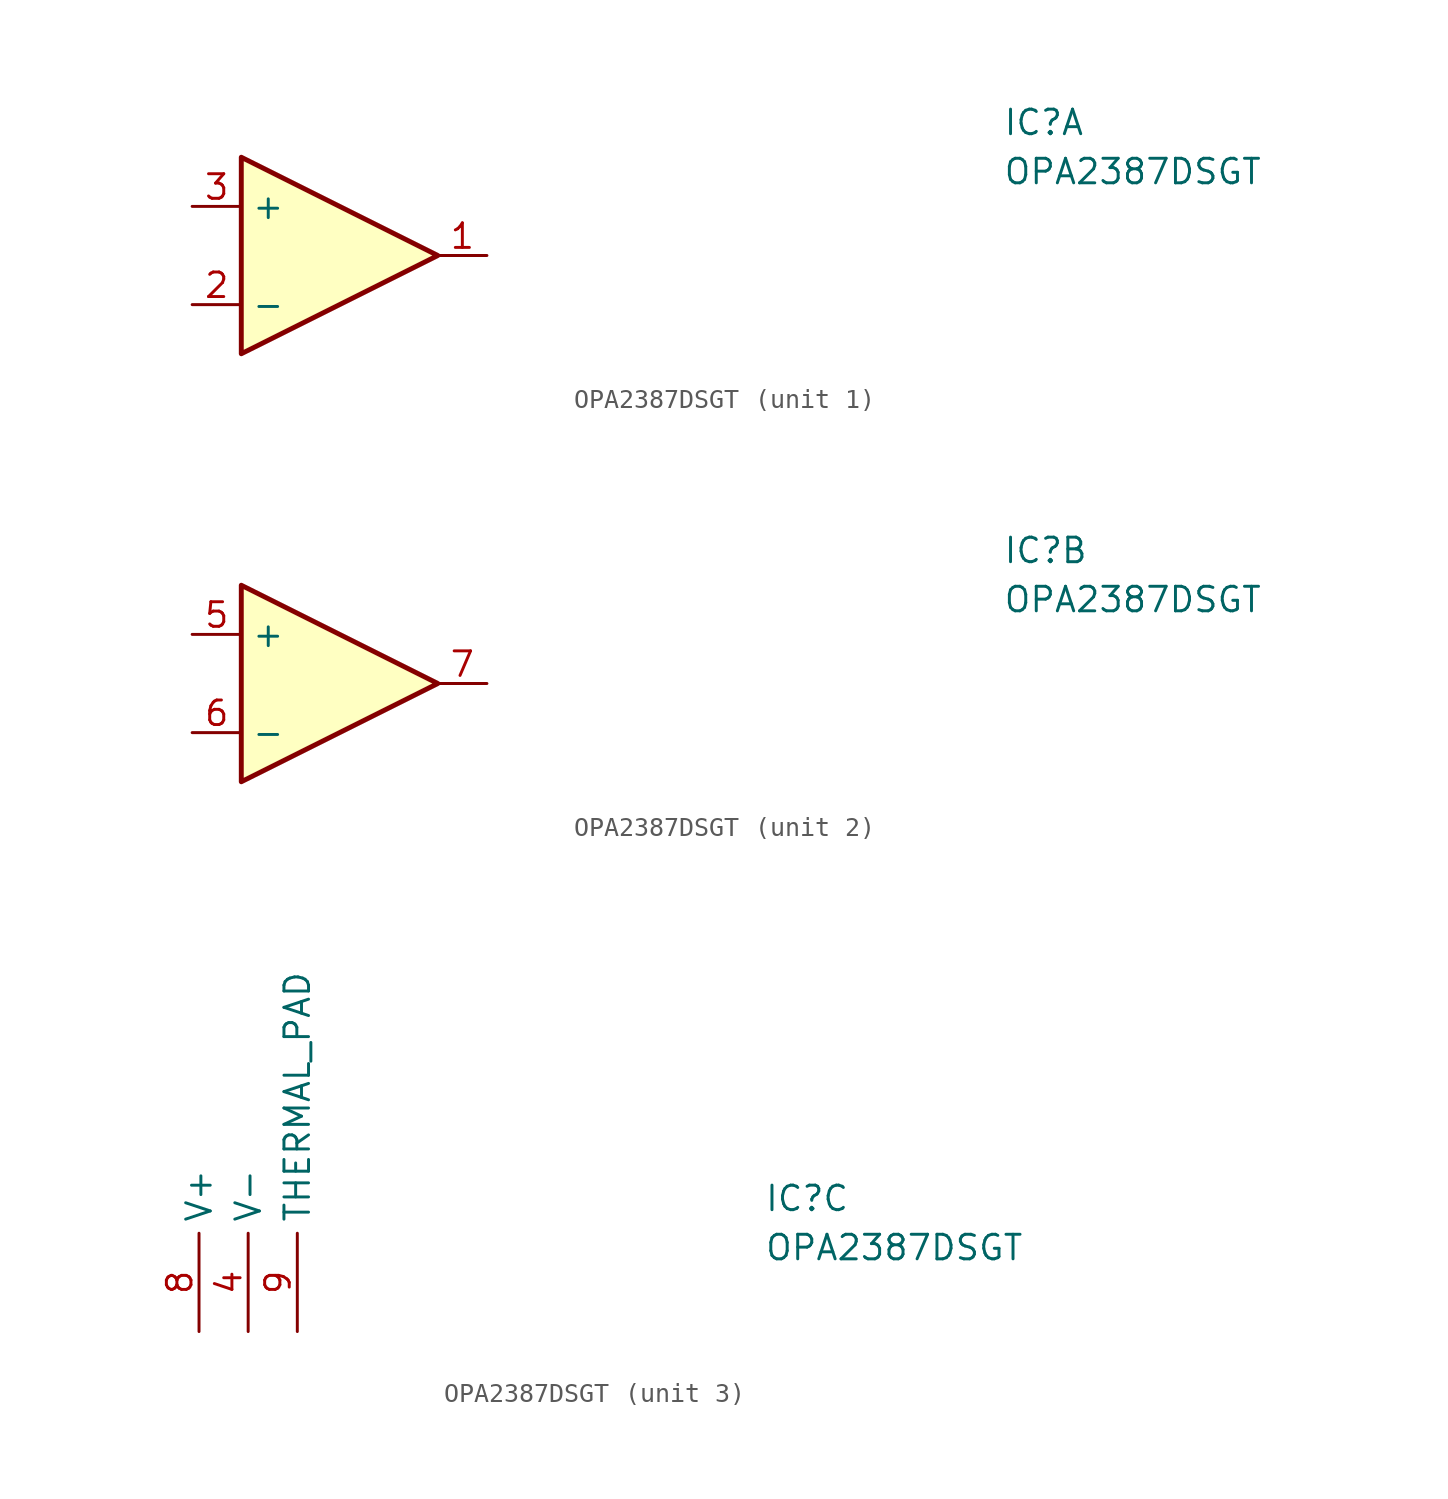
<source format=kicad_sym>
(kicad_symbol_lib
  (version 20220914)
  (generator kicad_symbol_editor)
  (symbol "OPA2387DSGT"
    (property "Reference" "IC"
      (at 26.67 7.62 0)
      (effects (font (size 1.27 1.27)) (justify left top)))
    (property "Value" "OPA2387DSGT"
      (at 26.67 5.08 0)
      (effects (font (size 1.27 1.27)) (justify left top)))
    (symbol "OPA2387DSGT_1_1"
      (polyline (pts (xy -12.7 5.08) (xy -2.54 0) (xy -12.7 -5.08) (xy -12.7 5.08)) (stroke (width 0.254) (type default)) (fill (type background)))
      (pin output line (at 0 0 180) (length 2.54) (name "~" (effects (font (size 1.27 1.27)))) (number "1" (effects (font (size 1.27 1.27)))))
      (pin input line (at -15.24 -2.54 0) (length 2.54) (name "-" (effects (font (size 1.27 1.27)))) (number "2" (effects (font (size 1.27 1.27)))))
      (pin input line (at -15.24 2.54 0) (length 2.54) (name "+" (effects (font (size 1.27 1.27)))) (number "3" (effects (font (size 1.27 1.27))))))
    (symbol "OPA2387DSGT_2_1"
      (polyline (pts (xy -12.7 5.08) (xy -2.54 0) (xy -12.7 -5.08) (xy -12.7 5.08)) (stroke (width 0.254) (type default)) (fill (type background)))
      (pin input line (at -15.24 2.54 0) (length 2.54) (name "+" (effects (font (size 1.27 1.27)))) (number "5" (effects (font (size 1.27 1.27)))))
      (pin input line (at -15.24 -2.54 0) (length 2.54) (name "-" (effects (font (size 1.27 1.27)))) (number "6" (effects (font (size 1.27 1.27)))))
      (pin output line (at 0 0 180) (length 2.54) (name "~" (effects (font (size 1.27 1.27)))) (number "7" (effects (font (size 1.27 1.27))))))
    (symbol "OPA2387DSGT_3_1"
      (pin passive line (at 0 0 90) (length 5.08) (name "V-" (effects (font (size 1.27 1.27)))) (number "4" (effects (font (size 1.27 1.27)))))
      (pin passive line (at -2.54 0 90) (length 5.08) (name "V+" (effects (font (size 1.27 1.27)))) (number "8" (effects (font (size 1.27 1.27)))))
      (pin passive line (at 2.54 0 90) (length 5.08) (name "THERMAL_PAD" (effects (font (size 1.27 1.27)))) (number "9" (effects (font (size 1.27 1.27))))))))
</source>
